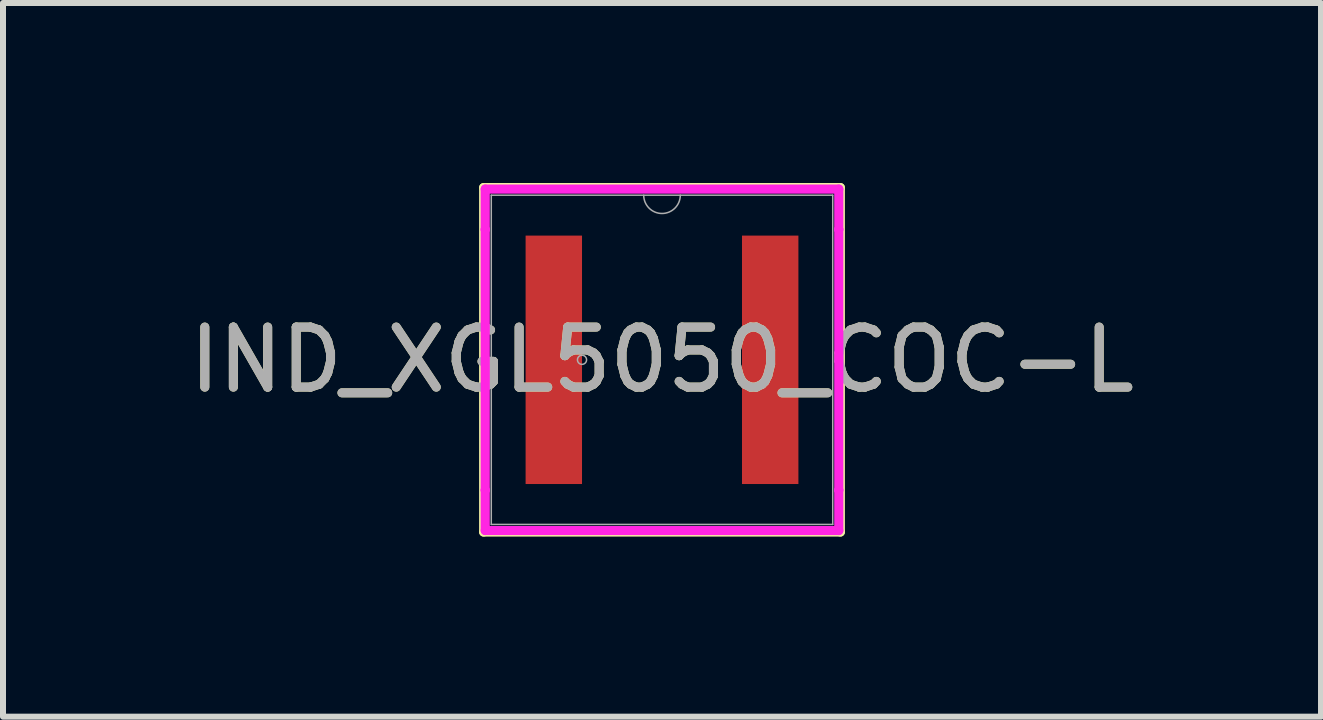
<source format=kicad_pcb>
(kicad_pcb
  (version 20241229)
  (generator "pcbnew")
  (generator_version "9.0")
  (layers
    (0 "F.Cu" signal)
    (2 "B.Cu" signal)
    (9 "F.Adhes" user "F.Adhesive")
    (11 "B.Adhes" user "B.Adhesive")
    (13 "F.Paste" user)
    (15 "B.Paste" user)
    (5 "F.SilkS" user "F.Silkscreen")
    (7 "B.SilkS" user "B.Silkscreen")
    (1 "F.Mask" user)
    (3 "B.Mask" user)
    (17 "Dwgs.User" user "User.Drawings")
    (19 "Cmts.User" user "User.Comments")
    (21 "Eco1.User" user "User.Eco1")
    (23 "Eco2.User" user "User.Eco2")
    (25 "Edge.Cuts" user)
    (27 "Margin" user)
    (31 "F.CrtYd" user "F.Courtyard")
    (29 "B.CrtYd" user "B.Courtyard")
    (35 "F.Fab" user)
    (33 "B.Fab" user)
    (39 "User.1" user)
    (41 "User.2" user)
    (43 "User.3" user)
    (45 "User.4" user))
  (footprint "IND_XGL5050_COC-L"
    (layer "F.Cu")
    (at 7.982 2.946)
    (property "Reference" "IND_XGL5050_COC-L" (at 0 0 0) (unlocked yes) (layer "F.SilkS") (effects (font (size 1 1) (thickness 0.15))))
    (attr smd)
    (fp_line (start -2.972 -2.87) (end -2.972 2.87) (stroke (width 0.152) (type solid)) (layer "F.SilkS"))
    (fp_line (start -2.972 2.87) (end 2.972 2.87) (stroke (width 0.152) (type solid)) (layer "F.SilkS"))
    (fp_line (start 2.972 -2.87) (end -2.972 -2.87) (stroke (width 0.152) (type solid)) (layer "F.SilkS"))
    (fp_line (start 2.972 2.87) (end 2.972 -2.87) (stroke (width 0.152) (type solid)) (layer "F.SilkS"))
    (fp_line (start -2.946 -2.845) (end 2.946 -2.845) (stroke (width 0.152) (type solid)) (layer "F.CrtYd"))
    (fp_line (start -2.946 -2.172) (end -2.946 -2.845) (stroke (width 0.152) (type solid)) (layer "F.CrtYd"))
    (fp_line (start -2.946 -2.172) (end -2.946 -2.172) (stroke (width 0.152) (type solid)) (layer "F.CrtYd"))
    (fp_line (start -2.946 2.172) (end -2.946 -2.172) (stroke (width 0.152) (type solid)) (layer "F.CrtYd"))
    (fp_line (start -2.946 2.172) (end -2.946 2.172) (stroke (width 0.152) (type solid)) (layer "F.CrtYd"))
    (fp_line (start -2.946 2.845) (end -2.946 2.172) (stroke (width 0.152) (type solid)) (layer "F.CrtYd"))
    (fp_line (start 2.946 -2.845) (end 2.946 -2.172) (stroke (width 0.152) (type solid)) (layer "F.CrtYd"))
    (fp_line (start 2.946 -2.172) (end 2.946 -2.172) (stroke (width 0.152) (type solid)) (layer "F.CrtYd"))
    (fp_line (start 2.946 -2.172) (end 2.946 2.172) (stroke (width 0.152) (type solid)) (layer "F.CrtYd"))
    (fp_line (start 2.946 2.172) (end 2.946 2.172) (stroke (width 0.152) (type solid)) (layer "F.CrtYd"))
    (fp_line (start 2.946 2.172) (end 2.946 2.845) (stroke (width 0.152) (type solid)) (layer "F.CrtYd"))
    (fp_line (start 2.946 2.845) (end -2.946 2.845) (stroke (width 0.152) (type solid)) (layer "F.CrtYd"))
    (fp_line (start -2.845 -2.743) (end -2.845 2.743) (stroke (width 0.025) (type solid)) (layer "F.Fab"))
    (fp_line (start -2.845 2.743) (end 2.845 2.743) (stroke (width 0.025) (type solid)) (layer "F.Fab"))
    (fp_line (start 2.845 -2.743) (end -2.845 -2.743) (stroke (width 0.025) (type solid)) (layer "F.Fab"))
    (fp_line (start 2.845 2.743) (end 2.845 -2.743) (stroke (width 0.025) (type solid)) (layer "F.Fab"))
    (fp_arc (start 0.3048 -2.7432) (mid 0 -2.4384) (end -0.3048 -2.7432) (stroke (width 0.0254) (type solid)) (layer "F.Fab"))
    (fp_circle (center -1.333 0) (end -1.257 0) (stroke (width 0.025) (type solid)) (fill no) (layer "F.Fab"))
    (fp_text user "${REFERENCE}" (at 0 0 0) (unlocked yes) (layer "F.Fab") (effects (font (size 1 1) (thickness 0.15))))
    (pad "1" smd rect (at -1.803 0) (size 0.94 4.14) (layers "F.Cu" "F.Mask" "F.Paste"))
    (pad "2" smd rect (at 1.803 0) (size 0.94 4.14) (layers "F.Cu" "F.Mask" "F.Paste")))
  (gr_rect
    (start -3 -3)
    (end 18.964 8.893)
    (stroke (width 0.1) (type default))
    (fill no)
    (layer "Edge.Cuts")))
</source>
